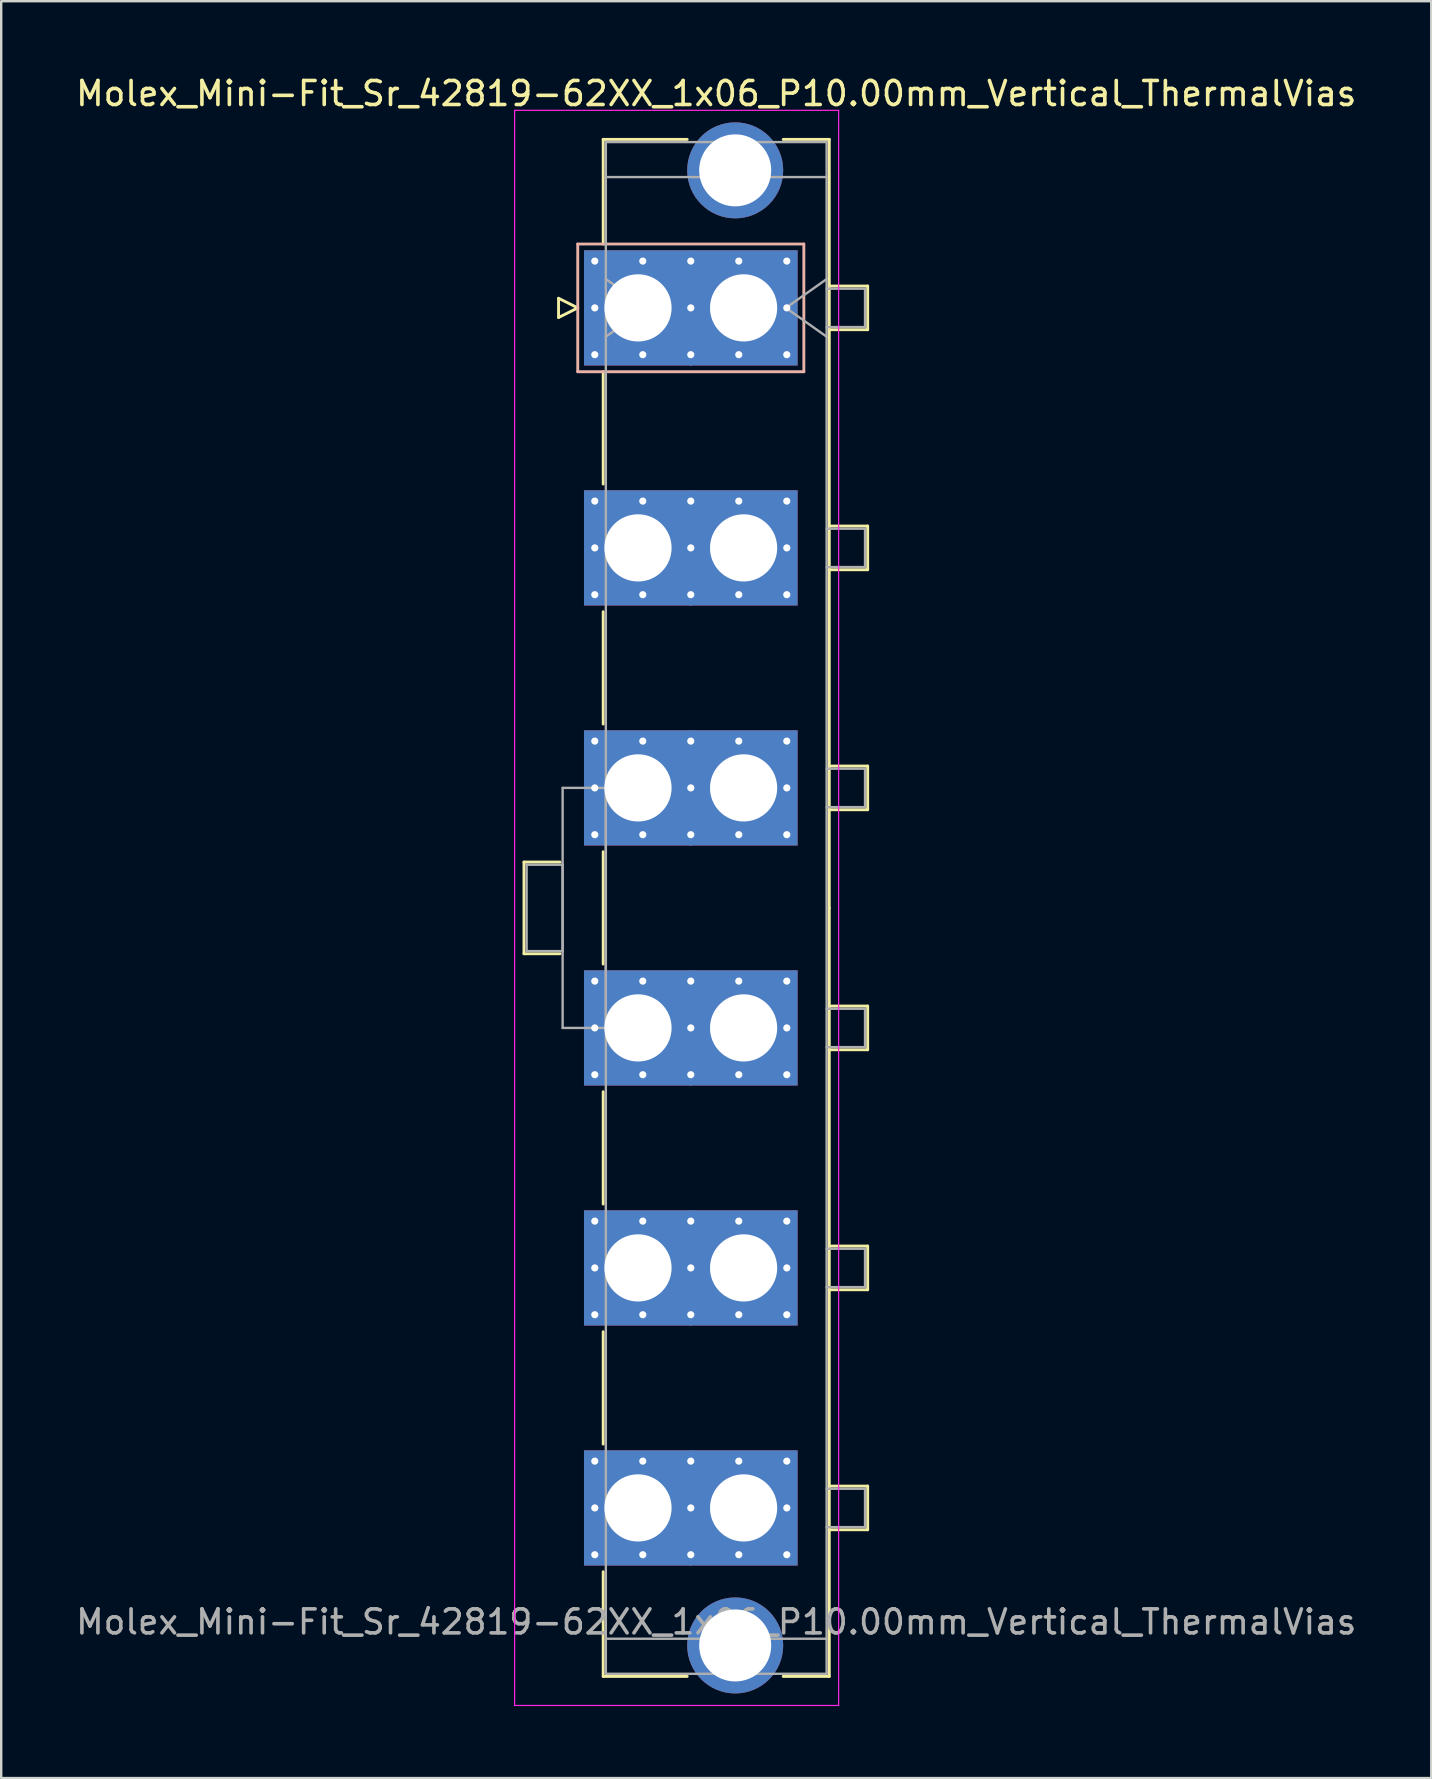
<source format=kicad_pcb>
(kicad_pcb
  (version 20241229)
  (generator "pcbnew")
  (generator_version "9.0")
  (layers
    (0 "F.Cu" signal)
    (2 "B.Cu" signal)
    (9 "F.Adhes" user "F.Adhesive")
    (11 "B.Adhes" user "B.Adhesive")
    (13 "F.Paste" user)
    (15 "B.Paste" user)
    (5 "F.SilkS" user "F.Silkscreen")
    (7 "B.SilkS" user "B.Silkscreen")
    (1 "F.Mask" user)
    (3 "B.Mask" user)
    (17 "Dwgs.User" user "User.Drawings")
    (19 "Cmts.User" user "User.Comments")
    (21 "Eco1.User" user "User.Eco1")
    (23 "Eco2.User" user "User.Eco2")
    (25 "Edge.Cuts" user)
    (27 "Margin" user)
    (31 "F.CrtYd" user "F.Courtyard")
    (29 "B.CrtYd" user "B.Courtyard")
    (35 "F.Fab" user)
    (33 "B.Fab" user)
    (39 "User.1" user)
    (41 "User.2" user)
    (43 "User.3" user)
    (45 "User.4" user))
  (footprint "Molex_Mini-Fit_Sr_42819-62XX_1x06_P10.00mm_Vertical_ThermalVias"
    (layer "F.Cu")
    (at 23.532 9.778)
    (property "Reference" "Molex_Mini-Fit_Sr_42819-62XX_1x06_P10.00mm_Vertical_ThermalVias" (at 3.26 -8.93 0) (layer "F.SilkS") (effects (font (size 1 1) (thickness 0.15))))
    (attr through_hole)
    (fp_line (start -4.75 23.09) (end -4.75 26.91) (stroke (width 0.12) (type solid)) (layer "F.SilkS"))
    (fp_line (start -4.75 26.91) (end -3.25 26.91) (stroke (width 0.12) (type solid)) (layer "F.SilkS"))
    (fp_line (start -3.31 -0.4) (end -3.31 0.4) (stroke (width 0.12) (type solid)) (layer "F.SilkS"))
    (fp_line (start -3.31 0.4) (end -2.51 0) (stroke (width 0.12) (type solid)) (layer "F.SilkS"))
    (fp_line (start -3.25 23.09) (end -4.75 23.09) (stroke (width 0.12) (type solid)) (layer "F.SilkS"))
    (fp_line (start -2.51 0) (end -3.31 -0.4) (stroke (width 0.12) (type solid)) (layer "F.SilkS"))
    (fp_line (start -1.45 -7.02) (end 2.05 -7.02) (stroke (width 0.12) (type solid)) (layer "F.SilkS"))
    (fp_line (start -1.45 -2.66) (end -1.45 -7.02) (stroke (width 0.12) (type solid)) (layer "F.SilkS"))
    (fp_line (start -1.45 2.66) (end -1.45 7.34) (stroke (width 0.12) (type solid)) (layer "F.SilkS"))
    (fp_line (start -1.45 12.66) (end -1.45 17.34) (stroke (width 0.12) (type solid)) (layer "F.SilkS"))
    (fp_line (start -1.45 22.66) (end -1.45 27.34) (stroke (width 0.12) (type solid)) (layer "F.SilkS"))
    (fp_line (start -1.45 32.66) (end -1.45 37.34) (stroke (width 0.12) (type solid)) (layer "F.SilkS"))
    (fp_line (start -1.45 42.66) (end -1.45 47.34) (stroke (width 0.12) (type solid)) (layer "F.SilkS"))
    (fp_line (start -1.45 52.66) (end -1.45 57.02) (stroke (width 0.12) (type solid)) (layer "F.SilkS"))
    (fp_line (start -1.45 57.02) (end 2.05 57.02) (stroke (width 0.12) (type solid)) (layer "F.SilkS"))
    (fp_line (start 6.05 -7.02) (end 7.97 -7.02) (stroke (width 0.12) (type solid)) (layer "F.SilkS"))
    (fp_line (start 6.05 57.02) (end 7.97 57.02) (stroke (width 0.12) (type solid)) (layer "F.SilkS"))
    (fp_line (start 7.97 -7.02) (end 7.97 25) (stroke (width 0.12) (type solid)) (layer "F.SilkS"))
    (fp_line (start 7.97 -0.91) (end 9.57 -0.91) (stroke (width 0.12) (type solid)) (layer "F.SilkS"))
    (fp_line (start 7.97 9.09) (end 9.57 9.09) (stroke (width 0.12) (type solid)) (layer "F.SilkS"))
    (fp_line (start 7.97 19.09) (end 9.57 19.09) (stroke (width 0.12) (type solid)) (layer "F.SilkS"))
    (fp_line (start 7.97 29.09) (end 9.57 29.09) (stroke (width 0.12) (type solid)) (layer "F.SilkS"))
    (fp_line (start 7.97 39.09) (end 9.57 39.09) (stroke (width 0.12) (type solid)) (layer "F.SilkS"))
    (fp_line (start 7.97 49.09) (end 9.57 49.09) (stroke (width 0.12) (type solid)) (layer "F.SilkS"))
    (fp_line (start 7.97 57.02) (end 7.97 25) (stroke (width 0.12) (type solid)) (layer "F.SilkS"))
    (fp_line (start 9.57 -0.91) (end 9.57 0.91) (stroke (width 0.12) (type solid)) (layer "F.SilkS"))
    (fp_line (start 9.57 0.91) (end 7.97 0.91) (stroke (width 0.12) (type solid)) (layer "F.SilkS"))
    (fp_line (start 9.57 9.09) (end 9.57 10.91) (stroke (width 0.12) (type solid)) (layer "F.SilkS"))
    (fp_line (start 9.57 10.91) (end 7.97 10.91) (stroke (width 0.12) (type solid)) (layer "F.SilkS"))
    (fp_line (start 9.57 19.09) (end 9.57 20.91) (stroke (width 0.12) (type solid)) (layer "F.SilkS"))
    (fp_line (start 9.57 20.91) (end 7.97 20.91) (stroke (width 0.12) (type solid)) (layer "F.SilkS"))
    (fp_line (start 9.57 29.09) (end 9.57 30.91) (stroke (width 0.12) (type solid)) (layer "F.SilkS"))
    (fp_line (start 9.57 30.91) (end 7.97 30.91) (stroke (width 0.12) (type solid)) (layer "F.SilkS"))
    (fp_line (start 9.57 39.09) (end 9.57 40.91) (stroke (width 0.12) (type solid)) (layer "F.SilkS"))
    (fp_line (start 9.57 40.91) (end 7.97 40.91) (stroke (width 0.12) (type solid)) (layer "F.SilkS"))
    (fp_line (start 9.57 49.09) (end 9.57 50.91) (stroke (width 0.12) (type solid)) (layer "F.SilkS"))
    (fp_line (start 9.57 50.91) (end 7.97 50.91) (stroke (width 0.12) (type solid)) (layer "F.SilkS"))
    (fp_line (start -2.51 -2.66) (end -2.51 2.66) (stroke (width 0.12) (type solid)) (layer "B.SilkS"))
    (fp_line (start -2.51 2.66) (end 6.91 2.66) (stroke (width 0.12) (type solid)) (layer "B.SilkS"))
    (fp_line (start 6.91 -2.66) (end -2.51 -2.66) (stroke (width 0.12) (type solid)) (layer "B.SilkS"))
    (fp_line (start 6.91 2.66) (end 6.91 -2.66) (stroke (width 0.12) (type solid)) (layer "B.SilkS"))
    (fp_line (start -5.14 -8.23) (end -5.14 58.23) (stroke (width 0.05) (type solid)) (layer "F.CrtYd"))
    (fp_line (start -5.14 58.23) (end 8.36 58.23) (stroke (width 0.05) (type solid)) (layer "F.CrtYd"))
    (fp_line (start 8.36 -8.23) (end -5.14 -8.23) (stroke (width 0.05) (type solid)) (layer "F.CrtYd"))
    (fp_line (start 8.36 58.23) (end 8.36 -8.23) (stroke (width 0.05) (type solid)) (layer "F.CrtYd"))
    (fp_line (start -4.64 23.2) (end -3.14 23.2) (stroke (width 0.1) (type solid)) (layer "F.Fab"))
    (fp_line (start -4.64 26.8) (end -4.64 23.2) (stroke (width 0.1) (type solid)) (layer "F.Fab"))
    (fp_line (start -3.14 20) (end -1.34 20) (stroke (width 0.1) (type solid)) (layer "F.Fab"))
    (fp_line (start -3.14 23.2) (end -3.14 26.8) (stroke (width 0.1) (type solid)) (layer "F.Fab"))
    (fp_line (start -3.14 26.8) (end -4.64 26.8) (stroke (width 0.1) (type solid)) (layer "F.Fab"))
    (fp_line (start -3.14 30) (end -3.14 20) (stroke (width 0.1) (type solid)) (layer "F.Fab"))
    (fp_line (start -1.34 -6.91) (end -1.34 56.91) (stroke (width 0.1) (type solid)) (layer "F.Fab"))
    (fp_line (start -1.34 -5.45) (end 7.86 -5.45) (stroke (width 0.1) (type solid)) (layer "F.Fab"))
    (fp_line (start -1.34 -1.2) (end 0.357 0) (stroke (width 0.1) (type solid)) (layer "F.Fab"))
    (fp_line (start -1.34 20) (end -1.34 30) (stroke (width 0.1) (type solid)) (layer "F.Fab"))
    (fp_line (start -1.34 30) (end -3.14 30) (stroke (width 0.1) (type solid)) (layer "F.Fab"))
    (fp_line (start -1.34 55.45) (end 7.86 55.45) (stroke (width 0.1) (type solid)) (layer "F.Fab"))
    (fp_line (start -1.34 56.91) (end 7.86 56.91) (stroke (width 0.1) (type solid)) (layer "F.Fab"))
    (fp_line (start 0.357 0) (end -1.34 1.2) (stroke (width 0.1) (type solid)) (layer "F.Fab"))
    (fp_line (start 6.163 0) (end 7.86 1.2) (stroke (width 0.1) (type solid)) (layer "F.Fab"))
    (fp_line (start 7.86 -6.91) (end -1.34 -6.91) (stroke (width 0.1) (type solid)) (layer "F.Fab"))
    (fp_line (start 7.86 -1.2) (end 6.163 0) (stroke (width 0.1) (type solid)) (layer "F.Fab"))
    (fp_line (start 7.86 -0.8) (end 9.46 -0.8) (stroke (width 0.1) (type solid)) (layer "F.Fab"))
    (fp_line (start 7.86 9.2) (end 9.46 9.2) (stroke (width 0.1) (type solid)) (layer "F.Fab"))
    (fp_line (start 7.86 19.2) (end 9.46 19.2) (stroke (width 0.1) (type solid)) (layer "F.Fab"))
    (fp_line (start 7.86 29.2) (end 9.46 29.2) (stroke (width 0.1) (type solid)) (layer "F.Fab"))
    (fp_line (start 7.86 39.2) (end 9.46 39.2) (stroke (width 0.1) (type solid)) (layer "F.Fab"))
    (fp_line (start 7.86 49.2) (end 9.46 49.2) (stroke (width 0.1) (type solid)) (layer "F.Fab"))
    (fp_line (start 7.86 56.91) (end 7.86 -6.91) (stroke (width 0.1) (type solid)) (layer "F.Fab"))
    (fp_line (start 9.46 -0.8) (end 9.46 0.8) (stroke (width 0.1) (type solid)) (layer "F.Fab"))
    (fp_line (start 9.46 0.8) (end 7.86 0.8) (stroke (width 0.1) (type solid)) (layer "F.Fab"))
    (fp_line (start 9.46 9.2) (end 9.46 10.8) (stroke (width 0.1) (type solid)) (layer "F.Fab"))
    (fp_line (start 9.46 10.8) (end 7.86 10.8) (stroke (width 0.1) (type solid)) (layer "F.Fab"))
    (fp_line (start 9.46 19.2) (end 9.46 20.8) (stroke (width 0.1) (type solid)) (layer "F.Fab"))
    (fp_line (start 9.46 20.8) (end 7.86 20.8) (stroke (width 0.1) (type solid)) (layer "F.Fab"))
    (fp_line (start 9.46 29.2) (end 9.46 30.8) (stroke (width 0.1) (type solid)) (layer "F.Fab"))
    (fp_line (start 9.46 30.8) (end 7.86 30.8) (stroke (width 0.1) (type solid)) (layer "F.Fab"))
    (fp_line (start 9.46 39.2) (end 9.46 40.8) (stroke (width 0.1) (type solid)) (layer "F.Fab"))
    (fp_line (start 9.46 40.8) (end 7.86 40.8) (stroke (width 0.1) (type solid)) (layer "F.Fab"))
    (fp_line (start 9.46 49.2) (end 9.46 50.8) (stroke (width 0.1) (type solid)) (layer "F.Fab"))
    (fp_line (start 9.46 50.8) (end 7.86 50.8) (stroke (width 0.1) (type solid)) (layer "F.Fab"))
    (fp_text user "${REFERENCE}" (at 3.26 54.75 0) (layer "F.Fab") (effects (font (size 1 1) (thickness 0.15))))
    (pad "" thru_hole circle (at 4.05 -5.73) (size 4 4) (drill 3) (layers "*.Cu" "*.Mask"))
    (pad "" thru_hole circle (at 4.05 55.73) (size 4 4) (drill 3) (layers "*.Cu" "*.Mask"))
    (pad "1" thru_hole roundrect (at -1.8 -1.95) (size 0.6 0.6) (drill 0.3) (layers "*.Cu" "*.Mask") (roundrect_rratio 0.25))
    (pad "1" thru_hole roundrect (at -1.8 0) (size 0.6 0.6) (drill 0.3) (layers "*.Cu" "*.Mask") (roundrect_rratio 0.25))
    (pad "1" thru_hole roundrect (at -1.8 1.95) (size 0.6 0.6) (drill 0.3) (layers "*.Cu" "*.Mask") (roundrect_rratio 0.25))
    (pad "1" thru_hole rect (at 0 0) (size 4.5 4.8) (drill 2.8) (layers "*.Cu" "*.Mask"))
    (pad "1" thru_hole roundrect (at 0.2 -1.95) (size 0.6 0.6) (drill 0.3) (layers "*.Cu" "*.Mask") (roundrect_rratio 0.25))
    (pad "1" thru_hole roundrect (at 0.2 1.95) (size 0.6 0.6) (drill 0.3) (layers "*.Cu" "*.Mask") (roundrect_rratio 0.25))
    (pad "1" thru_hole roundrect (at 2.2 -1.95) (size 0.6 0.6) (drill 0.3) (layers "*.Cu" "*.Mask") (roundrect_rratio 0.25))
    (pad "1" thru_hole roundrect (at 2.2 0) (size 0.6 0.6) (drill 0.3) (layers "*.Cu" "*.Mask") (roundrect_rratio 0.25))
    (pad "1" thru_hole roundrect (at 2.2 1.95) (size 0.6 0.6) (drill 0.3) (layers "*.Cu" "*.Mask") (roundrect_rratio 0.25))
    (pad "1" thru_hole roundrect (at 4.2 -1.95) (size 0.6 0.6) (drill 0.3) (layers "*.Cu" "*.Mask") (roundrect_rratio 0.25))
    (pad "1" thru_hole roundrect (at 4.2 1.95) (size 0.6 0.6) (drill 0.3) (layers "*.Cu" "*.Mask") (roundrect_rratio 0.25))
    (pad "1" thru_hole rect (at 4.4 0) (size 4.5 4.8) (drill 2.8) (layers "*.Cu" "*.Mask"))
    (pad "1" thru_hole roundrect (at 6.2 -1.95) (size 0.6 0.6) (drill 0.3) (layers "*.Cu" "*.Mask") (roundrect_rratio 0.25))
    (pad "1" thru_hole roundrect (at 6.2 0) (size 0.6 0.6) (drill 0.3) (layers "*.Cu" "*.Mask") (roundrect_rratio 0.25))
    (pad "1" thru_hole roundrect (at 6.2 1.95) (size 0.6 0.6) (drill 0.3) (layers "*.Cu" "*.Mask") (roundrect_rratio 0.25))
    (pad "2" thru_hole circle (at -1.8 8.05) (size 0.6 0.6) (drill 0.3) (layers "*.Cu" "*.Mask"))
    (pad "2" thru_hole circle (at -1.8 10) (size 0.6 0.6) (drill 0.3) (layers "*.Cu" "*.Mask"))
    (pad "2" thru_hole circle (at -1.8 11.95) (size 0.6 0.6) (drill 0.3) (layers "*.Cu" "*.Mask"))
    (pad "2" thru_hole rect (at 0 10) (size 4.5 4.8) (drill 2.8) (layers "*.Cu" "*.Mask"))
    (pad "2" thru_hole circle (at 0.2 8.05) (size 0.6 0.6) (drill 0.3) (layers "*.Cu" "*.Mask"))
    (pad "2" thru_hole circle (at 0.2 11.95) (size 0.6 0.6) (drill 0.3) (layers "*.Cu" "*.Mask"))
    (pad "2" thru_hole circle (at 2.2 8.05) (size 0.6 0.6) (drill 0.3) (layers "*.Cu" "*.Mask"))
    (pad "2" thru_hole circle (at 2.2 10) (size 0.6 0.6) (drill 0.3) (layers "*.Cu" "*.Mask"))
    (pad "2" thru_hole circle (at 2.2 11.95) (size 0.6 0.6) (drill 0.3) (layers "*.Cu" "*.Mask"))
    (pad "2" thru_hole circle (at 4.2 8.05) (size 0.6 0.6) (drill 0.3) (layers "*.Cu" "*.Mask"))
    (pad "2" thru_hole circle (at 4.2 11.95) (size 0.6 0.6) (drill 0.3) (layers "*.Cu" "*.Mask"))
    (pad "2" thru_hole rect (at 4.4 10) (size 4.5 4.8) (drill 2.8) (layers "*.Cu" "*.Mask"))
    (pad "2" thru_hole circle (at 6.2 8.05) (size 0.6 0.6) (drill 0.3) (layers "*.Cu" "*.Mask"))
    (pad "2" thru_hole circle (at 6.2 10) (size 0.6 0.6) (drill 0.3) (layers "*.Cu" "*.Mask"))
    (pad "2" thru_hole circle (at 6.2 11.95) (size 0.6 0.6) (drill 0.3) (layers "*.Cu" "*.Mask"))
    (pad "3" thru_hole circle (at -1.8 18.05) (size 0.6 0.6) (drill 0.3) (layers "*.Cu" "*.Mask"))
    (pad "3" thru_hole circle (at -1.8 20) (size 0.6 0.6) (drill 0.3) (layers "*.Cu" "*.Mask"))
    (pad "3" thru_hole circle (at -1.8 21.95) (size 0.6 0.6) (drill 0.3) (layers "*.Cu" "*.Mask"))
    (pad "3" thru_hole rect (at 0 20) (size 4.5 4.8) (drill 2.8) (layers "*.Cu" "*.Mask"))
    (pad "3" thru_hole circle (at 0.2 18.05) (size 0.6 0.6) (drill 0.3) (layers "*.Cu" "*.Mask"))
    (pad "3" thru_hole circle (at 0.2 21.95) (size 0.6 0.6) (drill 0.3) (layers "*.Cu" "*.Mask"))
    (pad "3" thru_hole circle (at 2.2 18.05) (size 0.6 0.6) (drill 0.3) (layers "*.Cu" "*.Mask"))
    (pad "3" thru_hole circle (at 2.2 20) (size 0.6 0.6) (drill 0.3) (layers "*.Cu" "*.Mask"))
    (pad "3" thru_hole circle (at 2.2 21.95) (size 0.6 0.6) (drill 0.3) (layers "*.Cu" "*.Mask"))
    (pad "3" thru_hole circle (at 4.2 18.05) (size 0.6 0.6) (drill 0.3) (layers "*.Cu" "*.Mask"))
    (pad "3" thru_hole circle (at 4.2 21.95) (size 0.6 0.6) (drill 0.3) (layers "*.Cu" "*.Mask"))
    (pad "3" thru_hole rect (at 4.4 20) (size 4.5 4.8) (drill 2.8) (layers "*.Cu" "*.Mask"))
    (pad "3" thru_hole circle (at 6.2 18.05) (size 0.6 0.6) (drill 0.3) (layers "*.Cu" "*.Mask"))
    (pad "3" thru_hole circle (at 6.2 20) (size 0.6 0.6) (drill 0.3) (layers "*.Cu" "*.Mask"))
    (pad "3" thru_hole circle (at 6.2 21.95) (size 0.6 0.6) (drill 0.3) (layers "*.Cu" "*.Mask"))
    (pad "4" thru_hole circle (at -1.8 28.05) (size 0.6 0.6) (drill 0.3) (layers "*.Cu" "*.Mask"))
    (pad "4" thru_hole circle (at -1.8 30) (size 0.6 0.6) (drill 0.3) (layers "*.Cu" "*.Mask"))
    (pad "4" thru_hole circle (at -1.8 31.95) (size 0.6 0.6) (drill 0.3) (layers "*.Cu" "*.Mask"))
    (pad "4" thru_hole rect (at 0 30) (size 4.5 4.8) (drill 2.8) (layers "*.Cu" "*.Mask"))
    (pad "4" thru_hole circle (at 0.2 28.05) (size 0.6 0.6) (drill 0.3) (layers "*.Cu" "*.Mask"))
    (pad "4" thru_hole circle (at 0.2 31.95) (size 0.6 0.6) (drill 0.3) (layers "*.Cu" "*.Mask"))
    (pad "4" thru_hole circle (at 2.2 28.05) (size 0.6 0.6) (drill 0.3) (layers "*.Cu" "*.Mask"))
    (pad "4" thru_hole circle (at 2.2 30) (size 0.6 0.6) (drill 0.3) (layers "*.Cu" "*.Mask"))
    (pad "4" thru_hole circle (at 2.2 31.95) (size 0.6 0.6) (drill 0.3) (layers "*.Cu" "*.Mask"))
    (pad "4" thru_hole circle (at 4.2 28.05) (size 0.6 0.6) (drill 0.3) (layers "*.Cu" "*.Mask"))
    (pad "4" thru_hole circle (at 4.2 31.95) (size 0.6 0.6) (drill 0.3) (layers "*.Cu" "*.Mask"))
    (pad "4" thru_hole rect (at 4.4 30) (size 4.5 4.8) (drill 2.8) (layers "*.Cu" "*.Mask"))
    (pad "4" thru_hole circle (at 6.2 28.05) (size 0.6 0.6) (drill 0.3) (layers "*.Cu" "*.Mask"))
    (pad "4" thru_hole circle (at 6.2 30) (size 0.6 0.6) (drill 0.3) (layers "*.Cu" "*.Mask"))
    (pad "4" thru_hole circle (at 6.2 31.95) (size 0.6 0.6) (drill 0.3) (layers "*.Cu" "*.Mask"))
    (pad "5" thru_hole circle (at -1.8 38.05) (size 0.6 0.6) (drill 0.3) (layers "*.Cu" "*.Mask"))
    (pad "5" thru_hole circle (at -1.8 40) (size 0.6 0.6) (drill 0.3) (layers "*.Cu" "*.Mask"))
    (pad "5" thru_hole circle (at -1.8 41.95) (size 0.6 0.6) (drill 0.3) (layers "*.Cu" "*.Mask"))
    (pad "5" thru_hole rect (at 0 40) (size 4.5 4.8) (drill 2.8) (layers "*.Cu" "*.Mask"))
    (pad "5" thru_hole circle (at 0.2 38.05) (size 0.6 0.6) (drill 0.3) (layers "*.Cu" "*.Mask"))
    (pad "5" thru_hole circle (at 0.2 41.95) (size 0.6 0.6) (drill 0.3) (layers "*.Cu" "*.Mask"))
    (pad "5" thru_hole circle (at 2.2 38.05) (size 0.6 0.6) (drill 0.3) (layers "*.Cu" "*.Mask"))
    (pad "5" thru_hole circle (at 2.2 40) (size 0.6 0.6) (drill 0.3) (layers "*.Cu" "*.Mask"))
    (pad "5" thru_hole circle (at 2.2 41.95) (size 0.6 0.6) (drill 0.3) (layers "*.Cu" "*.Mask"))
    (pad "5" thru_hole circle (at 4.2 38.05) (size 0.6 0.6) (drill 0.3) (layers "*.Cu" "*.Mask"))
    (pad "5" thru_hole circle (at 4.2 41.95) (size 0.6 0.6) (drill 0.3) (layers "*.Cu" "*.Mask"))
    (pad "5" thru_hole rect (at 4.4 40) (size 4.5 4.8) (drill 2.8) (layers "*.Cu" "*.Mask"))
    (pad "5" thru_hole circle (at 6.2 38.05) (size 0.6 0.6) (drill 0.3) (layers "*.Cu" "*.Mask"))
    (pad "5" thru_hole circle (at 6.2 40) (size 0.6 0.6) (drill 0.3) (layers "*.Cu" "*.Mask"))
    (pad "5" thru_hole circle (at 6.2 41.95) (size 0.6 0.6) (drill 0.3) (layers "*.Cu" "*.Mask"))
    (pad "6" thru_hole circle (at -1.8 48.05) (size 0.6 0.6) (drill 0.3) (layers "*.Cu" "*.Mask"))
    (pad "6" thru_hole circle (at -1.8 50) (size 0.6 0.6) (drill 0.3) (layers "*.Cu" "*.Mask"))
    (pad "6" thru_hole circle (at -1.8 51.95) (size 0.6 0.6) (drill 0.3) (layers "*.Cu" "*.Mask"))
    (pad "6" thru_hole rect (at 0 50) (size 4.5 4.8) (drill 2.8) (layers "*.Cu" "*.Mask"))
    (pad "6" thru_hole circle (at 0.2 48.05) (size 0.6 0.6) (drill 0.3) (layers "*.Cu" "*.Mask"))
    (pad "6" thru_hole circle (at 0.2 51.95) (size 0.6 0.6) (drill 0.3) (layers "*.Cu" "*.Mask"))
    (pad "6" thru_hole circle (at 2.2 48.05) (size 0.6 0.6) (drill 0.3) (layers "*.Cu" "*.Mask"))
    (pad "6" thru_hole circle (at 2.2 50) (size 0.6 0.6) (drill 0.3) (layers "*.Cu" "*.Mask"))
    (pad "6" thru_hole circle (at 2.2 51.95) (size 0.6 0.6) (drill 0.3) (layers "*.Cu" "*.Mask"))
    (pad "6" thru_hole circle (at 4.2 48.05) (size 0.6 0.6) (drill 0.3) (layers "*.Cu" "*.Mask"))
    (pad "6" thru_hole circle (at 4.2 51.95) (size 0.6 0.6) (drill 0.3) (layers "*.Cu" "*.Mask"))
    (pad "6" thru_hole rect (at 4.4 50) (size 4.5 4.8) (drill 2.8) (layers "*.Cu" "*.Mask"))
    (pad "6" thru_hole circle (at 6.2 48.05) (size 0.6 0.6) (drill 0.3) (layers "*.Cu" "*.Mask"))
    (pad "6" thru_hole circle (at 6.2 50) (size 0.6 0.6) (drill 0.3) (layers "*.Cu" "*.Mask"))
    (pad "6" thru_hole circle (at 6.2 51.95) (size 0.6 0.6) (drill 0.3) (layers "*.Cu" "*.Mask")))
  (gr_rect
    (start -3 -3)
    (end 56.583 71.033)
    (stroke (width 0.1) (type default))
    (fill no)
    (layer "Edge.Cuts")))
</source>
